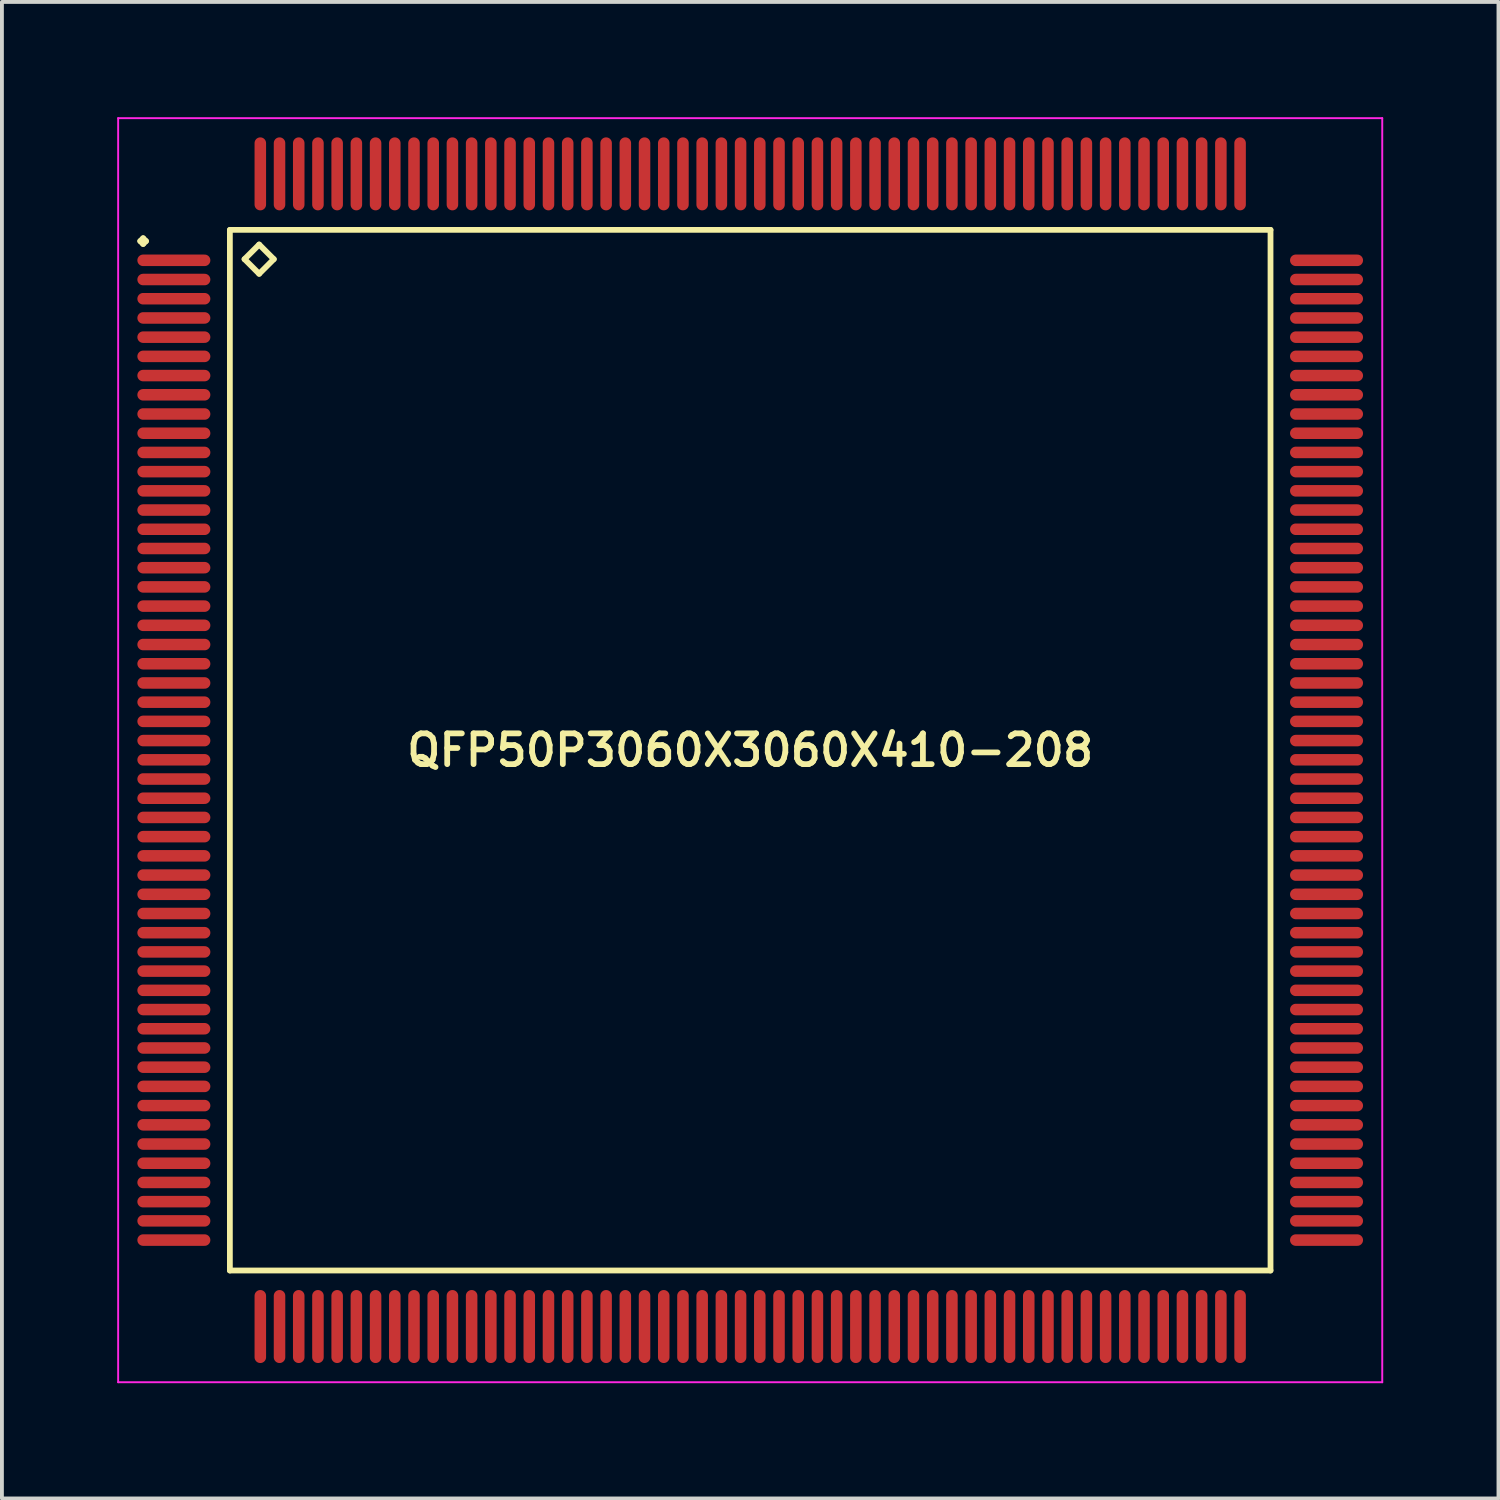
<source format=kicad_pcb>
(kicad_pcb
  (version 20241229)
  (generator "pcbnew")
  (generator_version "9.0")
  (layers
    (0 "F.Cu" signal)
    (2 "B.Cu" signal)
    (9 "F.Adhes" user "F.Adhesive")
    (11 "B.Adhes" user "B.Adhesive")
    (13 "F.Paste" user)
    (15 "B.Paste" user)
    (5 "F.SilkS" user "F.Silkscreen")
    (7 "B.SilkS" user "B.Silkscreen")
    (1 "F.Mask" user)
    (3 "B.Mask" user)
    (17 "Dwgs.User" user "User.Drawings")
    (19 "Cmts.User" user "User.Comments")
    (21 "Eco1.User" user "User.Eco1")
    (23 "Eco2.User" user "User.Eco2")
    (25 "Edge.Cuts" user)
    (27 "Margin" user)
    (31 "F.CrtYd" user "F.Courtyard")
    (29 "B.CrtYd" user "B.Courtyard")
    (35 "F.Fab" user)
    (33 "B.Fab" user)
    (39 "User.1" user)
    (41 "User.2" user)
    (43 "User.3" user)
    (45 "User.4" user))
  (footprint "QFP50P3060X3060X410-208"
    (layer "F.Cu")
    (at 16.475 16.475)
    (property "Reference" "QFP50P3060X3060X410-208" (at 0 0 0) (layer "F.SilkS") (effects (font (size 0.8 0.8) (thickness 0.15))))
    (attr smd)
    (fp_line (start -15.875 -13.25) (end -15.8 -13.325) (stroke (width 0.15) (type solid)) (layer "F.SilkS"))
    (fp_line (start -15.8 -13.325) (end -15.725 -13.25) (stroke (width 0.15) (type solid)) (layer "F.SilkS"))
    (fp_line (start -15.8 -13.175) (end -15.875 -13.25) (stroke (width 0.15) (type solid)) (layer "F.SilkS"))
    (fp_line (start -15.725 -13.25) (end -15.8 -13.175) (stroke (width 0.15) (type solid)) (layer "F.SilkS"))
    (fp_line (start -13.542 -13.542) (end -13.542 13.542) (stroke (width 0.15) (type solid)) (layer "F.SilkS"))
    (fp_line (start -13.542 13.542) (end 13.542 13.542) (stroke (width 0.15) (type solid)) (layer "F.SilkS"))
    (fp_line (start -13.161 -12.78) (end -12.78 -13.161) (stroke (width 0.15) (type solid)) (layer "F.SilkS"))
    (fp_line (start -12.78 -13.161) (end -12.399 -12.78) (stroke (width 0.15) (type solid)) (layer "F.SilkS"))
    (fp_line (start -12.78 -12.399) (end -13.161 -12.78) (stroke (width 0.15) (type solid)) (layer "F.SilkS"))
    (fp_line (start -12.399 -12.78) (end -12.78 -12.399) (stroke (width 0.15) (type solid)) (layer "F.SilkS"))
    (fp_line (start 13.542 -13.542) (end -13.542 -13.542) (stroke (width 0.15) (type solid)) (layer "F.SilkS"))
    (fp_line (start 13.542 13.542) (end 13.542 -13.542) (stroke (width 0.15) (type solid)) (layer "F.SilkS"))
    (fp_line (start -16.45 -16.45) (end 16.45 -16.45) (stroke (width 0.05) (type solid)) (layer "F.CrtYd"))
    (fp_line (start -16.45 16.45) (end -16.45 -16.45) (stroke (width 0.05) (type solid)) (layer "F.CrtYd"))
    (fp_line (start 16.45 -16.45) (end 16.45 16.45) (stroke (width 0.05) (type solid)) (layer "F.CrtYd"))
    (fp_line (start 16.45 16.45) (end -16.45 16.45) (stroke (width 0.05) (type solid)) (layer "F.CrtYd"))
    (pad "1" smd oval (at -15 -12.75) (size 1.9 0.3) (layers "F.Cu" "F.Mask" "F.Paste"))
    (pad "2" smd oval (at -15 -12.25) (size 1.9 0.3) (layers "F.Cu" "F.Mask" "F.Paste"))
    (pad "3" smd oval (at -15 -11.75) (size 1.9 0.3) (layers "F.Cu" "F.Mask" "F.Paste"))
    (pad "4" smd oval (at -15 -11.25) (size 1.9 0.3) (layers "F.Cu" "F.Mask" "F.Paste"))
    (pad "5" smd oval (at -15 -10.75) (size 1.9 0.3) (layers "F.Cu" "F.Mask" "F.Paste"))
    (pad "6" smd oval (at -15 -10.25) (size 1.9 0.3) (layers "F.Cu" "F.Mask" "F.Paste"))
    (pad "7" smd oval (at -15 -9.75) (size 1.9 0.3) (layers "F.Cu" "F.Mask" "F.Paste"))
    (pad "8" smd oval (at -15 -9.25) (size 1.9 0.3) (layers "F.Cu" "F.Mask" "F.Paste"))
    (pad "9" smd oval (at -15 -8.75) (size 1.9 0.3) (layers "F.Cu" "F.Mask" "F.Paste"))
    (pad "10" smd oval (at -15 -8.25) (size 1.9 0.3) (layers "F.Cu" "F.Mask" "F.Paste"))
    (pad "11" smd oval (at -15 -7.75) (size 1.9 0.3) (layers "F.Cu" "F.Mask" "F.Paste"))
    (pad "12" smd oval (at -15 -7.25) (size 1.9 0.3) (layers "F.Cu" "F.Mask" "F.Paste"))
    (pad "13" smd oval (at -15 -6.75) (size 1.9 0.3) (layers "F.Cu" "F.Mask" "F.Paste"))
    (pad "14" smd oval (at -15 -6.25) (size 1.9 0.3) (layers "F.Cu" "F.Mask" "F.Paste"))
    (pad "15" smd oval (at -15 -5.75) (size 1.9 0.3) (layers "F.Cu" "F.Mask" "F.Paste"))
    (pad "16" smd oval (at -15 -5.25) (size 1.9 0.3) (layers "F.Cu" "F.Mask" "F.Paste"))
    (pad "17" smd oval (at -15 -4.75) (size 1.9 0.3) (layers "F.Cu" "F.Mask" "F.Paste"))
    (pad "18" smd oval (at -15 -4.25) (size 1.9 0.3) (layers "F.Cu" "F.Mask" "F.Paste"))
    (pad "19" smd oval (at -15 -3.75) (size 1.9 0.3) (layers "F.Cu" "F.Mask" "F.Paste"))
    (pad "20" smd oval (at -15 -3.25) (size 1.9 0.3) (layers "F.Cu" "F.Mask" "F.Paste"))
    (pad "21" smd oval (at -15 -2.75) (size 1.9 0.3) (layers "F.Cu" "F.Mask" "F.Paste"))
    (pad "22" smd oval (at -15 -2.25) (size 1.9 0.3) (layers "F.Cu" "F.Mask" "F.Paste"))
    (pad "23" smd oval (at -15 -1.75) (size 1.9 0.3) (layers "F.Cu" "F.Mask" "F.Paste"))
    (pad "24" smd oval (at -15 -1.25) (size 1.9 0.3) (layers "F.Cu" "F.Mask" "F.Paste"))
    (pad "25" smd oval (at -15 -0.75) (size 1.9 0.3) (layers "F.Cu" "F.Mask" "F.Paste"))
    (pad "26" smd oval (at -15 -0.25) (size 1.9 0.3) (layers "F.Cu" "F.Mask" "F.Paste"))
    (pad "27" smd oval (at -15 0.25) (size 1.9 0.3) (layers "F.Cu" "F.Mask" "F.Paste"))
    (pad "28" smd oval (at -15 0.75) (size 1.9 0.3) (layers "F.Cu" "F.Mask" "F.Paste"))
    (pad "29" smd oval (at -15 1.25) (size 1.9 0.3) (layers "F.Cu" "F.Mask" "F.Paste"))
    (pad "30" smd oval (at -15 1.75) (size 1.9 0.3) (layers "F.Cu" "F.Mask" "F.Paste"))
    (pad "31" smd oval (at -15 2.25) (size 1.9 0.3) (layers "F.Cu" "F.Mask" "F.Paste"))
    (pad "32" smd oval (at -15 2.75) (size 1.9 0.3) (layers "F.Cu" "F.Mask" "F.Paste"))
    (pad "33" smd oval (at -15 3.25) (size 1.9 0.3) (layers "F.Cu" "F.Mask" "F.Paste"))
    (pad "34" smd oval (at -15 3.75) (size 1.9 0.3) (layers "F.Cu" "F.Mask" "F.Paste"))
    (pad "35" smd oval (at -15 4.25) (size 1.9 0.3) (layers "F.Cu" "F.Mask" "F.Paste"))
    (pad "36" smd oval (at -15 4.75) (size 1.9 0.3) (layers "F.Cu" "F.Mask" "F.Paste"))
    (pad "37" smd oval (at -15 5.25) (size 1.9 0.3) (layers "F.Cu" "F.Mask" "F.Paste"))
    (pad "38" smd oval (at -15 5.75) (size 1.9 0.3) (layers "F.Cu" "F.Mask" "F.Paste"))
    (pad "39" smd oval (at -15 6.25) (size 1.9 0.3) (layers "F.Cu" "F.Mask" "F.Paste"))
    (pad "40" smd oval (at -15 6.75) (size 1.9 0.3) (layers "F.Cu" "F.Mask" "F.Paste"))
    (pad "41" smd oval (at -15 7.25) (size 1.9 0.3) (layers "F.Cu" "F.Mask" "F.Paste"))
    (pad "42" smd oval (at -15 7.75) (size 1.9 0.3) (layers "F.Cu" "F.Mask" "F.Paste"))
    (pad "43" smd oval (at -15 8.25) (size 1.9 0.3) (layers "F.Cu" "F.Mask" "F.Paste"))
    (pad "44" smd oval (at -15 8.75) (size 1.9 0.3) (layers "F.Cu" "F.Mask" "F.Paste"))
    (pad "45" smd oval (at -15 9.25) (size 1.9 0.3) (layers "F.Cu" "F.Mask" "F.Paste"))
    (pad "46" smd oval (at -15 9.75) (size 1.9 0.3) (layers "F.Cu" "F.Mask" "F.Paste"))
    (pad "47" smd oval (at -15 10.25) (size 1.9 0.3) (layers "F.Cu" "F.Mask" "F.Paste"))
    (pad "48" smd oval (at -15 10.75) (size 1.9 0.3) (layers "F.Cu" "F.Mask" "F.Paste"))
    (pad "49" smd oval (at -15 11.25) (size 1.9 0.3) (layers "F.Cu" "F.Mask" "F.Paste"))
    (pad "50" smd oval (at -15 11.75) (size 1.9 0.3) (layers "F.Cu" "F.Mask" "F.Paste"))
    (pad "51" smd oval (at -15 12.25) (size 1.9 0.3) (layers "F.Cu" "F.Mask" "F.Paste"))
    (pad "52" smd oval (at -15 12.75) (size 1.9 0.3) (layers "F.Cu" "F.Mask" "F.Paste"))
    (pad "53" smd oval (at -12.75 15) (size 0.3 1.9) (layers "F.Cu" "F.Mask" "F.Paste"))
    (pad "54" smd oval (at -12.25 15) (size 0.3 1.9) (layers "F.Cu" "F.Mask" "F.Paste"))
    (pad "55" smd oval (at -11.75 15) (size 0.3 1.9) (layers "F.Cu" "F.Mask" "F.Paste"))
    (pad "56" smd oval (at -11.25 15) (size 0.3 1.9) (layers "F.Cu" "F.Mask" "F.Paste"))
    (pad "57" smd oval (at -10.75 15) (size 0.3 1.9) (layers "F.Cu" "F.Mask" "F.Paste"))
    (pad "58" smd oval (at -10.25 15) (size 0.3 1.9) (layers "F.Cu" "F.Mask" "F.Paste"))
    (pad "59" smd oval (at -9.75 15) (size 0.3 1.9) (layers "F.Cu" "F.Mask" "F.Paste"))
    (pad "60" smd oval (at -9.25 15) (size 0.3 1.9) (layers "F.Cu" "F.Mask" "F.Paste"))
    (pad "61" smd oval (at -8.75 15) (size 0.3 1.9) (layers "F.Cu" "F.Mask" "F.Paste"))
    (pad "62" smd oval (at -8.25 15) (size 0.3 1.9) (layers "F.Cu" "F.Mask" "F.Paste"))
    (pad "63" smd oval (at -7.75 15) (size 0.3 1.9) (layers "F.Cu" "F.Mask" "F.Paste"))
    (pad "64" smd oval (at -7.25 15) (size 0.3 1.9) (layers "F.Cu" "F.Mask" "F.Paste"))
    (pad "65" smd oval (at -6.75 15) (size 0.3 1.9) (layers "F.Cu" "F.Mask" "F.Paste"))
    (pad "66" smd oval (at -6.25 15) (size 0.3 1.9) (layers "F.Cu" "F.Mask" "F.Paste"))
    (pad "67" smd oval (at -5.75 15) (size 0.3 1.9) (layers "F.Cu" "F.Mask" "F.Paste"))
    (pad "68" smd oval (at -5.25 15) (size 0.3 1.9) (layers "F.Cu" "F.Mask" "F.Paste"))
    (pad "69" smd oval (at -4.75 15) (size 0.3 1.9) (layers "F.Cu" "F.Mask" "F.Paste"))
    (pad "70" smd oval (at -4.25 15) (size 0.3 1.9) (layers "F.Cu" "F.Mask" "F.Paste"))
    (pad "71" smd oval (at -3.75 15) (size 0.3 1.9) (layers "F.Cu" "F.Mask" "F.Paste"))
    (pad "72" smd oval (at -3.25 15) (size 0.3 1.9) (layers "F.Cu" "F.Mask" "F.Paste"))
    (pad "73" smd oval (at -2.75 15) (size 0.3 1.9) (layers "F.Cu" "F.Mask" "F.Paste"))
    (pad "74" smd oval (at -2.25 15) (size 0.3 1.9) (layers "F.Cu" "F.Mask" "F.Paste"))
    (pad "75" smd oval (at -1.75 15) (size 0.3 1.9) (layers "F.Cu" "F.Mask" "F.Paste"))
    (pad "76" smd oval (at -1.25 15) (size 0.3 1.9) (layers "F.Cu" "F.Mask" "F.Paste"))
    (pad "77" smd oval (at -0.75 15) (size 0.3 1.9) (layers "F.Cu" "F.Mask" "F.Paste"))
    (pad "78" smd oval (at -0.25 15) (size 0.3 1.9) (layers "F.Cu" "F.Mask" "F.Paste"))
    (pad "79" smd oval (at 0.25 15) (size 0.3 1.9) (layers "F.Cu" "F.Mask" "F.Paste"))
    (pad "80" smd oval (at 0.75 15) (size 0.3 1.9) (layers "F.Cu" "F.Mask" "F.Paste"))
    (pad "81" smd oval (at 1.25 15) (size 0.3 1.9) (layers "F.Cu" "F.Mask" "F.Paste"))
    (pad "82" smd oval (at 1.75 15) (size 0.3 1.9) (layers "F.Cu" "F.Mask" "F.Paste"))
    (pad "83" smd oval (at 2.25 15) (size 0.3 1.9) (layers "F.Cu" "F.Mask" "F.Paste"))
    (pad "84" smd oval (at 2.75 15) (size 0.3 1.9) (layers "F.Cu" "F.Mask" "F.Paste"))
    (pad "85" smd oval (at 3.25 15) (size 0.3 1.9) (layers "F.Cu" "F.Mask" "F.Paste"))
    (pad "86" smd oval (at 3.75 15) (size 0.3 1.9) (layers "F.Cu" "F.Mask" "F.Paste"))
    (pad "87" smd oval (at 4.25 15) (size 0.3 1.9) (layers "F.Cu" "F.Mask" "F.Paste"))
    (pad "88" smd oval (at 4.75 15) (size 0.3 1.9) (layers "F.Cu" "F.Mask" "F.Paste"))
    (pad "89" smd oval (at 5.25 15) (size 0.3 1.9) (layers "F.Cu" "F.Mask" "F.Paste"))
    (pad "90" smd oval (at 5.75 15) (size 0.3 1.9) (layers "F.Cu" "F.Mask" "F.Paste"))
    (pad "91" smd oval (at 6.25 15) (size 0.3 1.9) (layers "F.Cu" "F.Mask" "F.Paste"))
    (pad "92" smd oval (at 6.75 15) (size 0.3 1.9) (layers "F.Cu" "F.Mask" "F.Paste"))
    (pad "93" smd oval (at 7.25 15) (size 0.3 1.9) (layers "F.Cu" "F.Mask" "F.Paste"))
    (pad "94" smd oval (at 7.75 15) (size 0.3 1.9) (layers "F.Cu" "F.Mask" "F.Paste"))
    (pad "95" smd oval (at 8.25 15) (size 0.3 1.9) (layers "F.Cu" "F.Mask" "F.Paste"))
    (pad "96" smd oval (at 8.75 15) (size 0.3 1.9) (layers "F.Cu" "F.Mask" "F.Paste"))
    (pad "97" smd oval (at 9.25 15) (size 0.3 1.9) (layers "F.Cu" "F.Mask" "F.Paste"))
    (pad "98" smd oval (at 9.75 15) (size 0.3 1.9) (layers "F.Cu" "F.Mask" "F.Paste"))
    (pad "99" smd oval (at 10.25 15) (size 0.3 1.9) (layers "F.Cu" "F.Mask" "F.Paste"))
    (pad "100" smd oval (at 10.75 15) (size 0.3 1.9) (layers "F.Cu" "F.Mask" "F.Paste"))
    (pad "101" smd oval (at 11.25 15) (size 0.3 1.9) (layers "F.Cu" "F.Mask" "F.Paste"))
    (pad "102" smd oval (at 11.75 15) (size 0.3 1.9) (layers "F.Cu" "F.Mask" "F.Paste"))
    (pad "103" smd oval (at 12.25 15) (size 0.3 1.9) (layers "F.Cu" "F.Mask" "F.Paste"))
    (pad "104" smd oval (at 12.75 15) (size 0.3 1.9) (layers "F.Cu" "F.Mask" "F.Paste"))
    (pad "105" smd oval (at 15 12.75) (size 1.9 0.3) (layers "F.Cu" "F.Mask" "F.Paste"))
    (pad "106" smd oval (at 15 12.25) (size 1.9 0.3) (layers "F.Cu" "F.Mask" "F.Paste"))
    (pad "107" smd oval (at 15 11.75) (size 1.9 0.3) (layers "F.Cu" "F.Mask" "F.Paste"))
    (pad "108" smd oval (at 15 11.25) (size 1.9 0.3) (layers "F.Cu" "F.Mask" "F.Paste"))
    (pad "109" smd oval (at 15 10.75) (size 1.9 0.3) (layers "F.Cu" "F.Mask" "F.Paste"))
    (pad "110" smd oval (at 15 10.25) (size 1.9 0.3) (layers "F.Cu" "F.Mask" "F.Paste"))
    (pad "111" smd oval (at 15 9.75) (size 1.9 0.3) (layers "F.Cu" "F.Mask" "F.Paste"))
    (pad "112" smd oval (at 15 9.25) (size 1.9 0.3) (layers "F.Cu" "F.Mask" "F.Paste"))
    (pad "113" smd oval (at 15 8.75) (size 1.9 0.3) (layers "F.Cu" "F.Mask" "F.Paste"))
    (pad "114" smd oval (at 15 8.25) (size 1.9 0.3) (layers "F.Cu" "F.Mask" "F.Paste"))
    (pad "115" smd oval (at 15 7.75) (size 1.9 0.3) (layers "F.Cu" "F.Mask" "F.Paste"))
    (pad "116" smd oval (at 15 7.25) (size 1.9 0.3) (layers "F.Cu" "F.Mask" "F.Paste"))
    (pad "117" smd oval (at 15 6.75) (size 1.9 0.3) (layers "F.Cu" "F.Mask" "F.Paste"))
    (pad "118" smd oval (at 15 6.25) (size 1.9 0.3) (layers "F.Cu" "F.Mask" "F.Paste"))
    (pad "119" smd oval (at 15 5.75) (size 1.9 0.3) (layers "F.Cu" "F.Mask" "F.Paste"))
    (pad "120" smd oval (at 15 5.25) (size 1.9 0.3) (layers "F.Cu" "F.Mask" "F.Paste"))
    (pad "121" smd oval (at 15 4.75) (size 1.9 0.3) (layers "F.Cu" "F.Mask" "F.Paste"))
    (pad "122" smd oval (at 15 4.25) (size 1.9 0.3) (layers "F.Cu" "F.Mask" "F.Paste"))
    (pad "123" smd oval (at 15 3.75) (size 1.9 0.3) (layers "F.Cu" "F.Mask" "F.Paste"))
    (pad "124" smd oval (at 15 3.25) (size 1.9 0.3) (layers "F.Cu" "F.Mask" "F.Paste"))
    (pad "125" smd oval (at 15 2.75) (size 1.9 0.3) (layers "F.Cu" "F.Mask" "F.Paste"))
    (pad "126" smd oval (at 15 2.25) (size 1.9 0.3) (layers "F.Cu" "F.Mask" "F.Paste"))
    (pad "127" smd oval (at 15 1.75) (size 1.9 0.3) (layers "F.Cu" "F.Mask" "F.Paste"))
    (pad "128" smd oval (at 15 1.25) (size 1.9 0.3) (layers "F.Cu" "F.Mask" "F.Paste"))
    (pad "129" smd oval (at 15 0.75) (size 1.9 0.3) (layers "F.Cu" "F.Mask" "F.Paste"))
    (pad "130" smd oval (at 15 0.25) (size 1.9 0.3) (layers "F.Cu" "F.Mask" "F.Paste"))
    (pad "131" smd oval (at 15 -0.25) (size 1.9 0.3) (layers "F.Cu" "F.Mask" "F.Paste"))
    (pad "132" smd oval (at 15 -0.75) (size 1.9 0.3) (layers "F.Cu" "F.Mask" "F.Paste"))
    (pad "133" smd oval (at 15 -1.25) (size 1.9 0.3) (layers "F.Cu" "F.Mask" "F.Paste"))
    (pad "134" smd oval (at 15 -1.75) (size 1.9 0.3) (layers "F.Cu" "F.Mask" "F.Paste"))
    (pad "135" smd oval (at 15 -2.25) (size 1.9 0.3) (layers "F.Cu" "F.Mask" "F.Paste"))
    (pad "136" smd oval (at 15 -2.75) (size 1.9 0.3) (layers "F.Cu" "F.Mask" "F.Paste"))
    (pad "137" smd oval (at 15 -3.25) (size 1.9 0.3) (layers "F.Cu" "F.Mask" "F.Paste"))
    (pad "138" smd oval (at 15 -3.75) (size 1.9 0.3) (layers "F.Cu" "F.Mask" "F.Paste"))
    (pad "139" smd oval (at 15 -4.25) (size 1.9 0.3) (layers "F.Cu" "F.Mask" "F.Paste"))
    (pad "140" smd oval (at 15 -4.75) (size 1.9 0.3) (layers "F.Cu" "F.Mask" "F.Paste"))
    (pad "141" smd oval (at 15 -5.25) (size 1.9 0.3) (layers "F.Cu" "F.Mask" "F.Paste"))
    (pad "142" smd oval (at 15 -5.75) (size 1.9 0.3) (layers "F.Cu" "F.Mask" "F.Paste"))
    (pad "143" smd oval (at 15 -6.25) (size 1.9 0.3) (layers "F.Cu" "F.Mask" "F.Paste"))
    (pad "144" smd oval (at 15 -6.75) (size 1.9 0.3) (layers "F.Cu" "F.Mask" "F.Paste"))
    (pad "145" smd oval (at 15 -7.25) (size 1.9 0.3) (layers "F.Cu" "F.Mask" "F.Paste"))
    (pad "146" smd oval (at 15 -7.75) (size 1.9 0.3) (layers "F.Cu" "F.Mask" "F.Paste"))
    (pad "147" smd oval (at 15 -8.25) (size 1.9 0.3) (layers "F.Cu" "F.Mask" "F.Paste"))
    (pad "148" smd oval (at 15 -8.75) (size 1.9 0.3) (layers "F.Cu" "F.Mask" "F.Paste"))
    (pad "149" smd oval (at 15 -9.25) (size 1.9 0.3) (layers "F.Cu" "F.Mask" "F.Paste"))
    (pad "150" smd oval (at 15 -9.75) (size 1.9 0.3) (layers "F.Cu" "F.Mask" "F.Paste"))
    (pad "151" smd oval (at 15 -10.25) (size 1.9 0.3) (layers "F.Cu" "F.Mask" "F.Paste"))
    (pad "152" smd oval (at 15 -10.75) (size 1.9 0.3) (layers "F.Cu" "F.Mask" "F.Paste"))
    (pad "153" smd oval (at 15 -11.25) (size 1.9 0.3) (layers "F.Cu" "F.Mask" "F.Paste"))
    (pad "154" smd oval (at 15 -11.75) (size 1.9 0.3) (layers "F.Cu" "F.Mask" "F.Paste"))
    (pad "155" smd oval (at 15 -12.25) (size 1.9 0.3) (layers "F.Cu" "F.Mask" "F.Paste"))
    (pad "156" smd oval (at 15 -12.75) (size 1.9 0.3) (layers "F.Cu" "F.Mask" "F.Paste"))
    (pad "157" smd oval (at 12.75 -15) (size 0.3 1.9) (layers "F.Cu" "F.Mask" "F.Paste"))
    (pad "158" smd oval (at 12.25 -15) (size 0.3 1.9) (layers "F.Cu" "F.Mask" "F.Paste"))
    (pad "159" smd oval (at 11.75 -15) (size 0.3 1.9) (layers "F.Cu" "F.Mask" "F.Paste"))
    (pad "160" smd oval (at 11.25 -15) (size 0.3 1.9) (layers "F.Cu" "F.Mask" "F.Paste"))
    (pad "161" smd oval (at 10.75 -15) (size 0.3 1.9) (layers "F.Cu" "F.Mask" "F.Paste"))
    (pad "162" smd oval (at 10.25 -15) (size 0.3 1.9) (layers "F.Cu" "F.Mask" "F.Paste"))
    (pad "163" smd oval (at 9.75 -15) (size 0.3 1.9) (layers "F.Cu" "F.Mask" "F.Paste"))
    (pad "164" smd oval (at 9.25 -15) (size 0.3 1.9) (layers "F.Cu" "F.Mask" "F.Paste"))
    (pad "165" smd oval (at 8.75 -15) (size 0.3 1.9) (layers "F.Cu" "F.Mask" "F.Paste"))
    (pad "166" smd oval (at 8.25 -15) (size 0.3 1.9) (layers "F.Cu" "F.Mask" "F.Paste"))
    (pad "167" smd oval (at 7.75 -15) (size 0.3 1.9) (layers "F.Cu" "F.Mask" "F.Paste"))
    (pad "168" smd oval (at 7.25 -15) (size 0.3 1.9) (layers "F.Cu" "F.Mask" "F.Paste"))
    (pad "169" smd oval (at 6.75 -15) (size 0.3 1.9) (layers "F.Cu" "F.Mask" "F.Paste"))
    (pad "170" smd oval (at 6.25 -15) (size 0.3 1.9) (layers "F.Cu" "F.Mask" "F.Paste"))
    (pad "171" smd oval (at 5.75 -15) (size 0.3 1.9) (layers "F.Cu" "F.Mask" "F.Paste"))
    (pad "172" smd oval (at 5.25 -15) (size 0.3 1.9) (layers "F.Cu" "F.Mask" "F.Paste"))
    (pad "173" smd oval (at 4.75 -15) (size 0.3 1.9) (layers "F.Cu" "F.Mask" "F.Paste"))
    (pad "174" smd oval (at 4.25 -15) (size 0.3 1.9) (layers "F.Cu" "F.Mask" "F.Paste"))
    (pad "175" smd oval (at 3.75 -15) (size 0.3 1.9) (layers "F.Cu" "F.Mask" "F.Paste"))
    (pad "176" smd oval (at 3.25 -15) (size 0.3 1.9) (layers "F.Cu" "F.Mask" "F.Paste"))
    (pad "177" smd oval (at 2.75 -15) (size 0.3 1.9) (layers "F.Cu" "F.Mask" "F.Paste"))
    (pad "178" smd oval (at 2.25 -15) (size 0.3 1.9) (layers "F.Cu" "F.Mask" "F.Paste"))
    (pad "179" smd oval (at 1.75 -15) (size 0.3 1.9) (layers "F.Cu" "F.Mask" "F.Paste"))
    (pad "180" smd oval (at 1.25 -15) (size 0.3 1.9) (layers "F.Cu" "F.Mask" "F.Paste"))
    (pad "181" smd oval (at 0.75 -15) (size 0.3 1.9) (layers "F.Cu" "F.Mask" "F.Paste"))
    (pad "182" smd oval (at 0.25 -15) (size 0.3 1.9) (layers "F.Cu" "F.Mask" "F.Paste"))
    (pad "183" smd oval (at -0.25 -15) (size 0.3 1.9) (layers "F.Cu" "F.Mask" "F.Paste"))
    (pad "184" smd oval (at -0.75 -15) (size 0.3 1.9) (layers "F.Cu" "F.Mask" "F.Paste"))
    (pad "185" smd oval (at -1.25 -15) (size 0.3 1.9) (layers "F.Cu" "F.Mask" "F.Paste"))
    (pad "186" smd oval (at -1.75 -15) (size 0.3 1.9) (layers "F.Cu" "F.Mask" "F.Paste"))
    (pad "187" smd oval (at -2.25 -15) (size 0.3 1.9) (layers "F.Cu" "F.Mask" "F.Paste"))
    (pad "188" smd oval (at -2.75 -15) (size 0.3 1.9) (layers "F.Cu" "F.Mask" "F.Paste"))
    (pad "189" smd oval (at -3.25 -15) (size 0.3 1.9) (layers "F.Cu" "F.Mask" "F.Paste"))
    (pad "190" smd oval (at -3.75 -15) (size 0.3 1.9) (layers "F.Cu" "F.Mask" "F.Paste"))
    (pad "191" smd oval (at -4.25 -15) (size 0.3 1.9) (layers "F.Cu" "F.Mask" "F.Paste"))
    (pad "192" smd oval (at -4.75 -15) (size 0.3 1.9) (layers "F.Cu" "F.Mask" "F.Paste"))
    (pad "193" smd oval (at -5.25 -15) (size 0.3 1.9) (layers "F.Cu" "F.Mask" "F.Paste"))
    (pad "194" smd oval (at -5.75 -15) (size 0.3 1.9) (layers "F.Cu" "F.Mask" "F.Paste"))
    (pad "195" smd oval (at -6.25 -15) (size 0.3 1.9) (layers "F.Cu" "F.Mask" "F.Paste"))
    (pad "196" smd oval (at -6.75 -15) (size 0.3 1.9) (layers "F.Cu" "F.Mask" "F.Paste"))
    (pad "197" smd oval (at -7.25 -15) (size 0.3 1.9) (layers "F.Cu" "F.Mask" "F.Paste"))
    (pad "198" smd oval (at -7.75 -15) (size 0.3 1.9) (layers "F.Cu" "F.Mask" "F.Paste"))
    (pad "199" smd oval (at -8.25 -15) (size 0.3 1.9) (layers "F.Cu" "F.Mask" "F.Paste"))
    (pad "200" smd oval (at -8.75 -15) (size 0.3 1.9) (layers "F.Cu" "F.Mask" "F.Paste"))
    (pad "201" smd oval (at -9.25 -15) (size 0.3 1.9) (layers "F.Cu" "F.Mask" "F.Paste"))
    (pad "202" smd oval (at -9.75 -15) (size 0.3 1.9) (layers "F.Cu" "F.Mask" "F.Paste"))
    (pad "203" smd oval (at -10.25 -15) (size 0.3 1.9) (layers "F.Cu" "F.Mask" "F.Paste"))
    (pad "204" smd oval (at -10.75 -15) (size 0.3 1.9) (layers "F.Cu" "F.Mask" "F.Paste"))
    (pad "205" smd oval (at -11.25 -15) (size 0.3 1.9) (layers "F.Cu" "F.Mask" "F.Paste"))
    (pad "206" smd oval (at -11.75 -15) (size 0.3 1.9) (layers "F.Cu" "F.Mask" "F.Paste"))
    (pad "207" smd oval (at -12.25 -15) (size 0.3 1.9) (layers "F.Cu" "F.Mask" "F.Paste"))
    (pad "208" smd oval (at -12.75 -15) (size 0.3 1.9) (layers "F.Cu" "F.Mask" "F.Paste")))
  (gr_rect
    (start -3 -3)
    (end 35.95 35.95)
    (stroke (width 0.1) (type default))
    (fill no)
    (layer "Edge.Cuts")))
</source>
